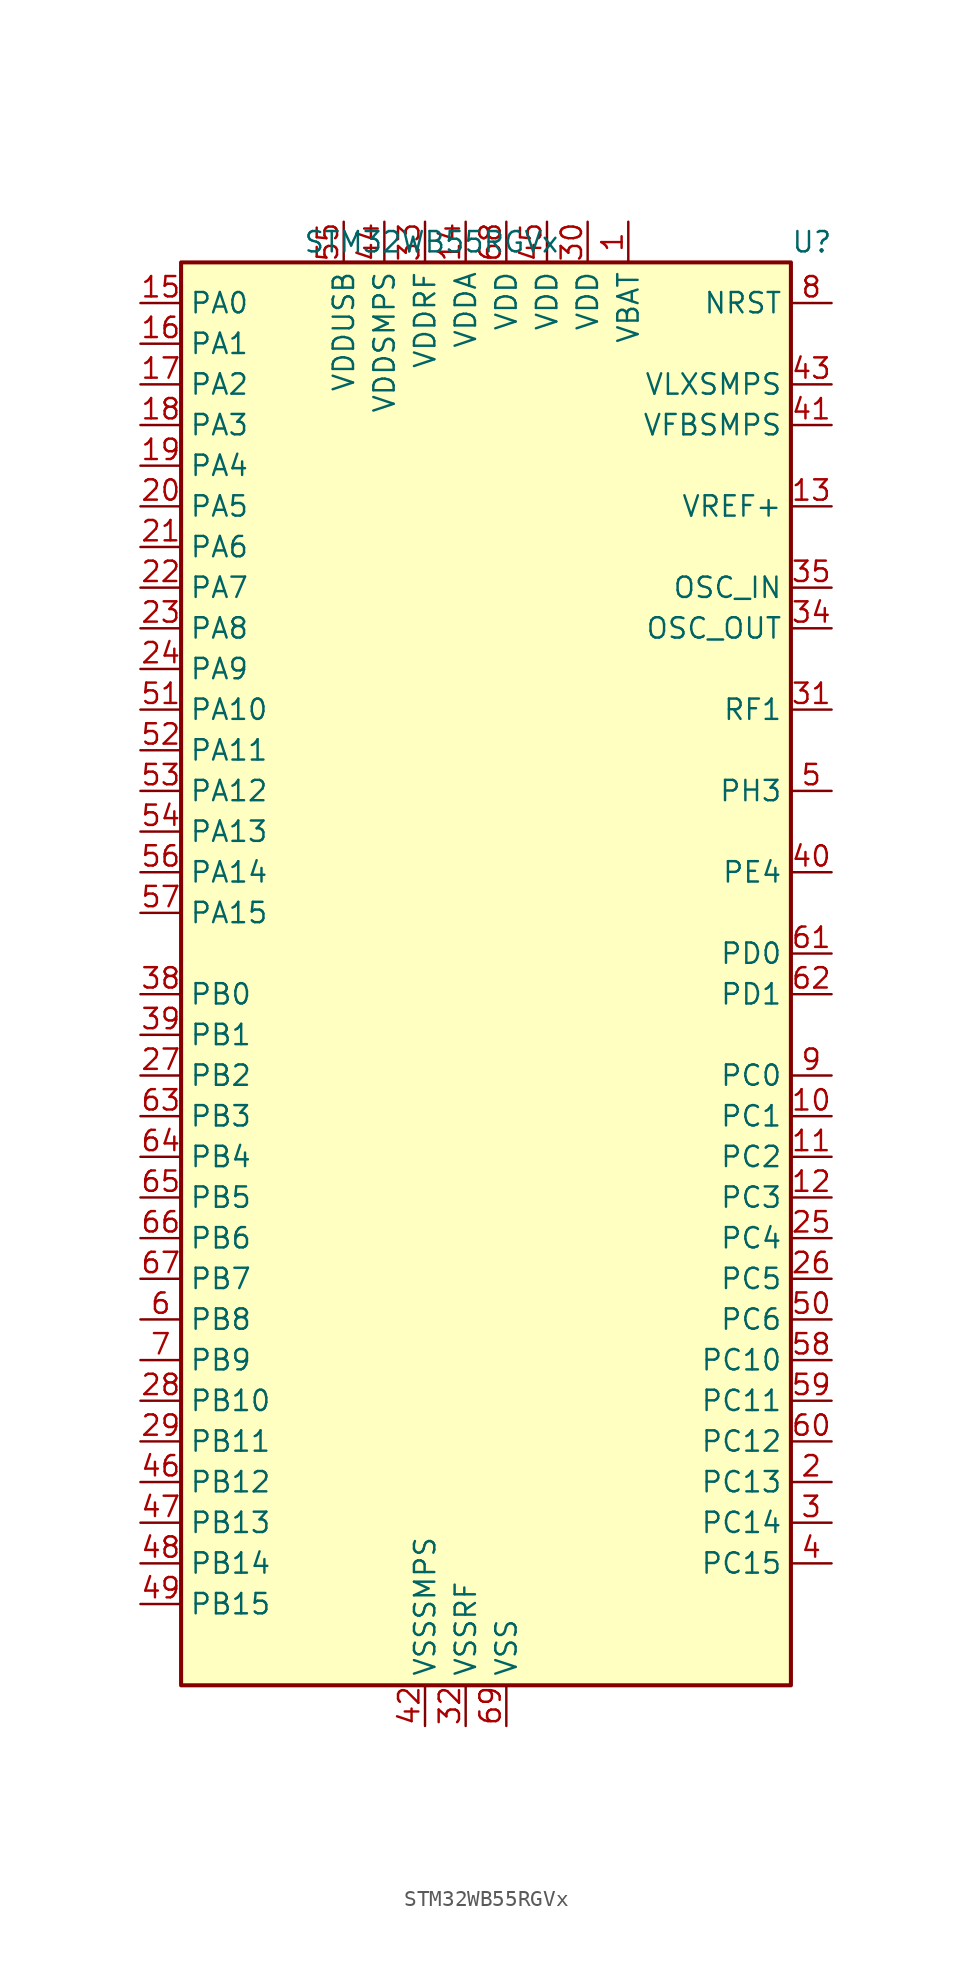
<source format=kicad_sym>
(kicad_symbol_lib
  (version 20220914)
  (generator kicad_symbol_editor)
  (symbol "STM32WB55RGVx"
    (property "Reference" "U"
      (at 19.05 45.72 0)
      (effects (font (size 1.27 1.27)) (justify left)))
    (property "Value" "STM32WB55RGVx"
      (at -11.43 45.72 0)
      (effects (font (size 1.27 1.27)) (justify left)))
    (property "ki_locked" ""
      (at 0 0 0)
      (effects (font (size 1.27 1.27))))
    (symbol "STM32WB55RGVx_0_1"
      (rectangle (start -19.05 44.45) (end 19.05 -44.45) (stroke (width 0.254) (type default)) (fill (type background))))
    (symbol "STM32WB55RGVx_1_1"
      (pin power_in line (at 8.89 46.99 270) (length 2.54) (name "VBAT" (effects (font (size 1.27 1.27)))) (number "1" (effects (font (size 1.27 1.27)))))
      (pin bidirectional line (at 21.59 -8.89 180) (length 2.54) (name "PC1" (effects (font (size 1.27 1.27)))) (number "10" (effects (font (size 1.27 1.27)))) (alternate "ADC1_IN2" bidirectional line) (alternate "I2C3_SDA" bidirectional line) (alternate "LCD_SEG19" bidirectional line) (alternate "LPTIM1_OUT" bidirectional line) (alternate "LPUART1_TX" bidirectional line) (alternate "SPI2_MOSI" bidirectional line))
      (pin bidirectional line (at 21.59 -11.43 180) (length 2.54) (name "PC2" (effects (font (size 1.27 1.27)))) (number "11" (effects (font (size 1.27 1.27)))) (alternate "ADC1_IN3" bidirectional line) (alternate "LCD_SEG20" bidirectional line) (alternate "LPTIM1_IN2" bidirectional line) (alternate "SPI2_MISO" bidirectional line))
      (pin bidirectional line (at 21.59 -13.97 180) (length 2.54) (name "PC3" (effects (font (size 1.27 1.27)))) (number "12" (effects (font (size 1.27 1.27)))) (alternate "ADC1_IN4" bidirectional line) (alternate "LCD_VLCD" bidirectional line) (alternate "LPTIM1_ETR" bidirectional line) (alternate "LPTIM2_ETR" bidirectional line) (alternate "SAI1_D1" bidirectional line) (alternate "SAI1_SD_A" bidirectional line) (alternate "SPI2_MOSI" bidirectional line))
      (pin input line (at 21.59 29.21 180) (length 2.54) (name "VREF+" (effects (font (size 1.27 1.27)))) (number "13" (effects (font (size 1.27 1.27)))) (alternate "VREFBUF_OUT" bidirectional line))
      (pin power_in line (at -1.27 46.99 270) (length 2.54) (name "VDDA" (effects (font (size 1.27 1.27)))) (number "14" (effects (font (size 1.27 1.27)))))
      (pin bidirectional line (at -21.59 41.91 0) (length 2.54) (name "PA0" (effects (font (size 1.27 1.27)))) (number "15" (effects (font (size 1.27 1.27)))) (alternate "ADC1_IN5" bidirectional line) (alternate "COMP1_INM" bidirectional line) (alternate "COMP1_OUT" bidirectional line) (alternate "RTC_TAMP2" bidirectional line) (alternate "SAI1_EXTCLK" bidirectional line) (alternate "SYS_WKUP1" bidirectional line) (alternate "TIM2_CH1" bidirectional line) (alternate "TIM2_ETR" bidirectional line))
      (pin bidirectional line (at -21.59 39.37 0) (length 2.54) (name "PA1" (effects (font (size 1.27 1.27)))) (number "16" (effects (font (size 1.27 1.27)))) (alternate "ADC1_IN6" bidirectional line) (alternate "COMP1_INP" bidirectional line) (alternate "I2C1_SMBA" bidirectional line) (alternate "LCD_SEG0" bidirectional line) (alternate "SPI1_SCK" bidirectional line) (alternate "TIM2_CH2" bidirectional line))
      (pin bidirectional line (at -21.59 36.83 0) (length 2.54) (name "PA2" (effects (font (size 1.27 1.27)))) (number "17" (effects (font (size 1.27 1.27)))) (alternate "ADC1_IN7" bidirectional line) (alternate "COMP2_INM" bidirectional line) (alternate "COMP2_OUT" bidirectional line) (alternate "LCD_SEG1" bidirectional line) (alternate "LPUART1_TX" bidirectional line) (alternate "QUADSPI_BK1_NCS" bidirectional line) (alternate "RCC_LSCO" bidirectional line) (alternate "SYS_WKUP4" bidirectional line) (alternate "TIM2_CH3" bidirectional line))
      (pin bidirectional line (at -21.59 34.29 0) (length 2.54) (name "PA3" (effects (font (size 1.27 1.27)))) (number "18" (effects (font (size 1.27 1.27)))) (alternate "ADC1_IN8" bidirectional line) (alternate "COMP2_INP" bidirectional line) (alternate "LCD_SEG2" bidirectional line) (alternate "LPUART1_RX" bidirectional line) (alternate "QUADSPI_CLK" bidirectional line) (alternate "SAI1_CK1" bidirectional line) (alternate "SAI1_MCLK_A" bidirectional line) (alternate "TIM2_CH4" bidirectional line))
      (pin bidirectional line (at -21.59 31.75 0) (length 2.54) (name "PA4" (effects (font (size 1.27 1.27)))) (number "19" (effects (font (size 1.27 1.27)))) (alternate "ADC1_IN9" bidirectional line) (alternate "COMP1_INM" bidirectional line) (alternate "COMP2_INM" bidirectional line) (alternate "LCD_SEG5" bidirectional line) (alternate "LPTIM2_OUT" bidirectional line) (alternate "SAI1_FS_B" bidirectional line) (alternate "SPI1_NSS" bidirectional line))
      (pin bidirectional line (at 21.59 -31.75 180) (length 2.54) (name "PC13" (effects (font (size 1.27 1.27)))) (number "2" (effects (font (size 1.27 1.27)))) (alternate "RTC_OUT1" bidirectional line) (alternate "RTC_TAMP1" bidirectional line) (alternate "RTC_TS" bidirectional line) (alternate "SYS_WKUP2" bidirectional line))
      (pin bidirectional line (at -21.59 29.21 0) (length 2.54) (name "PA5" (effects (font (size 1.27 1.27)))) (number "20" (effects (font (size 1.27 1.27)))) (alternate "ADC1_IN10" bidirectional line) (alternate "COMP1_INM" bidirectional line) (alternate "COMP2_INM" bidirectional line) (alternate "LPTIM2_ETR" bidirectional line) (alternate "SAI1_SD_B" bidirectional line) (alternate "SPI1_SCK" bidirectional line) (alternate "TIM2_CH1" bidirectional line) (alternate "TIM2_ETR" bidirectional line))
      (pin bidirectional line (at -21.59 26.67 0) (length 2.54) (name "PA6" (effects (font (size 1.27 1.27)))) (number "21" (effects (font (size 1.27 1.27)))) (alternate "ADC1_IN11" bidirectional line) (alternate "LCD_SEG3" bidirectional line) (alternate "LPUART1_CTS" bidirectional line) (alternate "QUADSPI_BK1_IO3" bidirectional line) (alternate "SPI1_MISO" bidirectional line) (alternate "TIM16_CH1" bidirectional line) (alternate "TIM1_BKIN" bidirectional line))
      (pin bidirectional line (at -21.59 24.13 0) (length 2.54) (name "PA7" (effects (font (size 1.27 1.27)))) (number "22" (effects (font (size 1.27 1.27)))) (alternate "ADC1_IN12" bidirectional line) (alternate "COMP2_OUT" bidirectional line) (alternate "I2C3_SCL" bidirectional line) (alternate "LCD_SEG4" bidirectional line) (alternate "QUADSPI_BK1_IO2" bidirectional line) (alternate "SPI1_MOSI" bidirectional line) (alternate "TIM17_CH1" bidirectional line) (alternate "TIM1_CH1N" bidirectional line))
      (pin bidirectional line (at -21.59 21.59 0) (length 2.54) (name "PA8" (effects (font (size 1.27 1.27)))) (number "23" (effects (font (size 1.27 1.27)))) (alternate "ADC1_IN15" bidirectional line) (alternate "LCD_COM0" bidirectional line) (alternate "LPTIM2_OUT" bidirectional line) (alternate "RCC_MCO" bidirectional line) (alternate "SAI1_CK2" bidirectional line) (alternate "SAI1_SCK_A" bidirectional line) (alternate "TIM1_CH1" bidirectional line) (alternate "USART1_CK" bidirectional line))
      (pin bidirectional line (at -21.59 19.05 0) (length 2.54) (name "PA9" (effects (font (size 1.27 1.27)))) (number "24" (effects (font (size 1.27 1.27)))) (alternate "ADC1_IN16" bidirectional line) (alternate "COMP1_INM" bidirectional line) (alternate "I2C1_SCL" bidirectional line) (alternate "LCD_COM1" bidirectional line) (alternate "SAI1_D2" bidirectional line) (alternate "SAI1_FS_A" bidirectional line) (alternate "SPI2_SCK" bidirectional line) (alternate "TIM1_CH2" bidirectional line) (alternate "USART1_TX" bidirectional line))
      (pin bidirectional line (at 21.59 -16.51 180) (length 2.54) (name "PC4" (effects (font (size 1.27 1.27)))) (number "25" (effects (font (size 1.27 1.27)))) (alternate "ADC1_IN13" bidirectional line) (alternate "COMP1_INM" bidirectional line) (alternate "LCD_SEG22" bidirectional line))
      (pin bidirectional line (at 21.59 -19.05 180) (length 2.54) (name "PC5" (effects (font (size 1.27 1.27)))) (number "26" (effects (font (size 1.27 1.27)))) (alternate "ADC1_IN14" bidirectional line) (alternate "COMP1_INP" bidirectional line) (alternate "LCD_SEG23" bidirectional line) (alternate "SAI1_D3" bidirectional line) (alternate "SYS_WKUP5" bidirectional line))
      (pin bidirectional line (at -21.59 -6.35 0) (length 2.54) (name "PB2" (effects (font (size 1.27 1.27)))) (number "27" (effects (font (size 1.27 1.27)))) (alternate "COMP1_INP" bidirectional line) (alternate "I2C3_SMBA" bidirectional line) (alternate "LCD_VLCD" bidirectional line) (alternate "LPTIM1_OUT" bidirectional line) (alternate "RTC_OUT2" bidirectional line) (alternate "SAI1_EXTCLK" bidirectional line) (alternate "SPI1_NSS" bidirectional line))
      (pin bidirectional line (at -21.59 -26.67 0) (length 2.54) (name "PB10" (effects (font (size 1.27 1.27)))) (number "28" (effects (font (size 1.27 1.27)))) (alternate "COMP1_OUT" bidirectional line) (alternate "I2C3_SCL" bidirectional line) (alternate "LCD_SEG10" bidirectional line) (alternate "LPUART1_RX" bidirectional line) (alternate "QUADSPI_CLK" bidirectional line) (alternate "SAI1_SCK_A" bidirectional line) (alternate "SPI2_SCK" bidirectional line) (alternate "TIM2_CH3" bidirectional line) (alternate "TSC_SYNC" bidirectional line))
      (pin bidirectional line (at -21.59 -29.21 0) (length 2.54) (name "PB11" (effects (font (size 1.27 1.27)))) (number "29" (effects (font (size 1.27 1.27)))) (alternate "ADC1_EXTI11" bidirectional line) (alternate "COMP2_OUT" bidirectional line) (alternate "I2C3_SDA" bidirectional line) (alternate "LCD_SEG11" bidirectional line) (alternate "LPUART1_TX" bidirectional line) (alternate "QUADSPI_BK1_NCS" bidirectional line) (alternate "TIM2_CH4" bidirectional line))
      (pin bidirectional line (at 21.59 -34.29 180) (length 2.54) (name "PC14" (effects (font (size 1.27 1.27)))) (number "3" (effects (font (size 1.27 1.27)))) (alternate "RCC_OSC32_IN" bidirectional line))
      (pin power_in line (at 6.35 46.99 270) (length 2.54) (name "VDD" (effects (font (size 1.27 1.27)))) (number "30" (effects (font (size 1.27 1.27)))))
      (pin bidirectional line (at 21.59 16.51 180) (length 2.54) (name "RF1" (effects (font (size 1.27 1.27)))) (number "31" (effects (font (size 1.27 1.27)))) (alternate "RF_RF1" bidirectional line))
      (pin power_in line (at -1.27 -46.99 90) (length 2.54) (name "VSSRF" (effects (font (size 1.27 1.27)))) (number "32" (effects (font (size 1.27 1.27)))))
      (pin power_in line (at -3.81 46.99 270) (length 2.54) (name "VDDRF" (effects (font (size 1.27 1.27)))) (number "33" (effects (font (size 1.27 1.27)))))
      (pin input line (at 21.59 21.59 180) (length 2.54) (name "OSC_OUT" (effects (font (size 1.27 1.27)))) (number "34" (effects (font (size 1.27 1.27)))) (alternate "RCC_OSC_OUT" bidirectional line))
      (pin input line (at 21.59 24.13 180) (length 2.54) (name "OSC_IN" (effects (font (size 1.27 1.27)))) (number "35" (effects (font (size 1.27 1.27)))) (alternate "RCC_OSC_IN" bidirectional line))
      (pin no_connect line (at 19.05 -44.45 180) (length 2.54) hide (name "AT0" (effects (font (size 1.27 1.27)))) (number "36" (effects (font (size 1.27 1.27)))))
      (pin no_connect line (at 19.05 -41.91 180) (length 2.54) hide (name "AT1" (effects (font (size 1.27 1.27)))) (number "37" (effects (font (size 1.27 1.27)))))
      (pin bidirectional line (at -21.59 -1.27 0) (length 2.54) (name "PB0" (effects (font (size 1.27 1.27)))) (number "38" (effects (font (size 1.27 1.27)))) (alternate "COMP1_OUT" bidirectional line) (alternate "RF_TX_MOD_EXT_PA" bidirectional line))
      (pin bidirectional line (at -21.59 -3.81 0) (length 2.54) (name "PB1" (effects (font (size 1.27 1.27)))) (number "39" (effects (font (size 1.27 1.27)))) (alternate "LPTIM2_IN1" bidirectional line) (alternate "LPUART1_DE" bidirectional line) (alternate "LPUART1_RTS" bidirectional line))
      (pin bidirectional line (at 21.59 -36.83 180) (length 2.54) (name "PC15" (effects (font (size 1.27 1.27)))) (number "4" (effects (font (size 1.27 1.27)))) (alternate "ADC1_EXTI15" bidirectional line) (alternate "RCC_OSC32_OUT" bidirectional line))
      (pin bidirectional line (at 21.59 6.35 180) (length 2.54) (name "PE4" (effects (font (size 1.27 1.27)))) (number "40" (effects (font (size 1.27 1.27)))))
      (pin input line (at 21.59 34.29 180) (length 2.54) (name "VFBSMPS" (effects (font (size 1.27 1.27)))) (number "41" (effects (font (size 1.27 1.27)))))
      (pin power_in line (at -3.81 -46.99 90) (length 2.54) (name "VSSSMPS" (effects (font (size 1.27 1.27)))) (number "42" (effects (font (size 1.27 1.27)))))
      (pin power_in line (at 21.59 36.83 180) (length 2.54) (name "VLXSMPS" (effects (font (size 1.27 1.27)))) (number "43" (effects (font (size 1.27 1.27)))))
      (pin power_in line (at -6.35 46.99 270) (length 2.54) (name "VDDSMPS" (effects (font (size 1.27 1.27)))) (number "44" (effects (font (size 1.27 1.27)))))
      (pin power_in line (at 3.81 46.99 270) (length 2.54) (name "VDD" (effects (font (size 1.27 1.27)))) (number "45" (effects (font (size 1.27 1.27)))))
      (pin bidirectional line (at -21.59 -31.75 0) (length 2.54) (name "PB12" (effects (font (size 1.27 1.27)))) (number "46" (effects (font (size 1.27 1.27)))) (alternate "I2C3_SMBA" bidirectional line) (alternate "LCD_SEG12" bidirectional line) (alternate "LPUART1_DE" bidirectional line) (alternate "LPUART1_RTS" bidirectional line) (alternate "SAI1_FS_A" bidirectional line) (alternate "SPI2_NSS" bidirectional line) (alternate "TIM1_BKIN" bidirectional line) (alternate "TSC_G1_IO1" bidirectional line))
      (pin bidirectional line (at -21.59 -34.29 0) (length 2.54) (name "PB13" (effects (font (size 1.27 1.27)))) (number "47" (effects (font (size 1.27 1.27)))) (alternate "I2C3_SCL" bidirectional line) (alternate "LCD_SEG13" bidirectional line) (alternate "LPUART1_CTS" bidirectional line) (alternate "SAI1_SCK_A" bidirectional line) (alternate "SPI2_SCK" bidirectional line) (alternate "TIM1_CH1N" bidirectional line) (alternate "TSC_G1_IO2" bidirectional line))
      (pin bidirectional line (at -21.59 -36.83 0) (length 2.54) (name "PB14" (effects (font (size 1.27 1.27)))) (number "48" (effects (font (size 1.27 1.27)))) (alternate "I2C3_SDA" bidirectional line) (alternate "LCD_SEG14" bidirectional line) (alternate "SAI1_MCLK_A" bidirectional line) (alternate "SPI2_MISO" bidirectional line) (alternate "TIM1_CH2N" bidirectional line) (alternate "TSC_G1_IO3" bidirectional line))
      (pin bidirectional line (at -21.59 -39.37 0) (length 2.54) (name "PB15" (effects (font (size 1.27 1.27)))) (number "49" (effects (font (size 1.27 1.27)))) (alternate "ADC1_EXTI15" bidirectional line) (alternate "LCD_SEG15" bidirectional line) (alternate "RTC_REFIN" bidirectional line) (alternate "SAI1_SD_A" bidirectional line) (alternate "SPI2_MOSI" bidirectional line) (alternate "TIM1_CH3N" bidirectional line) (alternate "TSC_G1_IO4" bidirectional line))
      (pin bidirectional line (at 21.59 11.43 180) (length 2.54) (name "PH3" (effects (font (size 1.27 1.27)))) (number "5" (effects (font (size 1.27 1.27)))) (alternate "RCC_LSCO" bidirectional line))
      (pin bidirectional line (at 21.59 -21.59 180) (length 2.54) (name "PC6" (effects (font (size 1.27 1.27)))) (number "50" (effects (font (size 1.27 1.27)))) (alternate "LCD_SEG24" bidirectional line))
      (pin bidirectional line (at -21.59 16.51 0) (length 2.54) (name "PA10" (effects (font (size 1.27 1.27)))) (number "51" (effects (font (size 1.27 1.27)))) (alternate "CRS_SYNC" bidirectional line) (alternate "I2C1_SDA" bidirectional line) (alternate "LCD_COM2" bidirectional line) (alternate "SAI1_D1" bidirectional line) (alternate "SAI1_SD_A" bidirectional line) (alternate "TIM17_BKIN" bidirectional line) (alternate "TIM1_CH3" bidirectional line) (alternate "USART1_RX" bidirectional line))
      (pin bidirectional line (at -21.59 13.97 0) (length 2.54) (name "PA11" (effects (font (size 1.27 1.27)))) (number "52" (effects (font (size 1.27 1.27)))) (alternate "ADC1_EXTI11" bidirectional line) (alternate "SPI1_MISO" bidirectional line) (alternate "TIM1_BKIN2" bidirectional line) (alternate "TIM1_CH4" bidirectional line) (alternate "USART1_CTS" bidirectional line) (alternate "USART1_NSS" bidirectional line) (alternate "USB_DM" bidirectional line))
      (pin bidirectional line (at -21.59 11.43 0) (length 2.54) (name "PA12" (effects (font (size 1.27 1.27)))) (number "53" (effects (font (size 1.27 1.27)))) (alternate "LPUART1_RX" bidirectional line) (alternate "SPI1_MOSI" bidirectional line) (alternate "TIM1_ETR" bidirectional line) (alternate "USART1_DE" bidirectional line) (alternate "USART1_RTS" bidirectional line) (alternate "USB_DP" bidirectional line))
      (pin bidirectional line (at -21.59 8.89 0) (length 2.54) (name "PA13" (effects (font (size 1.27 1.27)))) (number "54" (effects (font (size 1.27 1.27)))) (alternate "IR_OUT" bidirectional line) (alternate "SAI1_SD_B" bidirectional line) (alternate "SYS_JTMS-SWDIO" bidirectional line) (alternate "USB_NOE" bidirectional line))
      (pin power_in line (at -8.89 46.99 270) (length 2.54) (name "VDDUSB" (effects (font (size 1.27 1.27)))) (number "55" (effects (font (size 1.27 1.27)))))
      (pin bidirectional line (at -21.59 6.35 0) (length 2.54) (name "PA14" (effects (font (size 1.27 1.27)))) (number "56" (effects (font (size 1.27 1.27)))) (alternate "I2C1_SMBA" bidirectional line) (alternate "LCD_SEG5" bidirectional line) (alternate "LPTIM1_OUT" bidirectional line) (alternate "SAI1_FS_B" bidirectional line) (alternate "SYS_JTCK-SWCLK" bidirectional line))
      (pin bidirectional line (at -21.59 3.81 0) (length 2.54) (name "PA15" (effects (font (size 1.27 1.27)))) (number "57" (effects (font (size 1.27 1.27)))) (alternate "ADC1_EXTI15" bidirectional line) (alternate "LCD_SEG17" bidirectional line) (alternate "RCC_MCO" bidirectional line) (alternate "SPI1_NSS" bidirectional line) (alternate "SYS_JTDI" bidirectional line) (alternate "TIM2_CH1" bidirectional line) (alternate "TIM2_ETR" bidirectional line) (alternate "TSC_G3_IO1" bidirectional line))
      (pin bidirectional line (at 21.59 -24.13 180) (length 2.54) (name "PC10" (effects (font (size 1.27 1.27)))) (number "58" (effects (font (size 1.27 1.27)))) (alternate "LCD_COM4" bidirectional line) (alternate "LCD_SEG28" bidirectional line) (alternate "LCD_SEG40" bidirectional line) (alternate "SYS_TRACED1" bidirectional line) (alternate "TSC_G3_IO2" bidirectional line))
      (pin bidirectional line (at 21.59 -26.67 180) (length 2.54) (name "PC11" (effects (font (size 1.27 1.27)))) (number "59" (effects (font (size 1.27 1.27)))) (alternate "ADC1_EXTI11" bidirectional line) (alternate "LCD_COM5" bidirectional line) (alternate "LCD_SEG29" bidirectional line) (alternate "LCD_SEG41" bidirectional line) (alternate "TSC_G3_IO3" bidirectional line))
      (pin bidirectional line (at -21.59 -21.59 0) (length 2.54) (name "PB8" (effects (font (size 1.27 1.27)))) (number "6" (effects (font (size 1.27 1.27)))) (alternate "I2C1_SCL" bidirectional line) (alternate "LCD_SEG16" bidirectional line) (alternate "QUADSPI_BK1_IO1" bidirectional line) (alternate "SAI1_CK1" bidirectional line) (alternate "SAI1_MCLK_A" bidirectional line) (alternate "TIM16_CH1" bidirectional line) (alternate "TIM1_CH2N" bidirectional line))
      (pin bidirectional line (at 21.59 -29.21 180) (length 2.54) (name "PC12" (effects (font (size 1.27 1.27)))) (number "60" (effects (font (size 1.27 1.27)))) (alternate "LCD_COM6" bidirectional line) (alternate "LCD_SEG30" bidirectional line) (alternate "LCD_SEG42" bidirectional line) (alternate "RCC_LSCO" bidirectional line) (alternate "RTC_TAMP3" bidirectional line) (alternate "SYS_TRACED3" bidirectional line) (alternate "SYS_WKUP3" bidirectional line) (alternate "TSC_G3_IO4" bidirectional line))
      (pin bidirectional line (at 21.59 1.27 180) (length 2.54) (name "PD0" (effects (font (size 1.27 1.27)))) (number "61" (effects (font (size 1.27 1.27)))) (alternate "SPI2_NSS" bidirectional line))
      (pin bidirectional line (at 21.59 -1.27 180) (length 2.54) (name "PD1" (effects (font (size 1.27 1.27)))) (number "62" (effects (font (size 1.27 1.27)))) (alternate "SPI2_SCK" bidirectional line))
      (pin bidirectional line (at -21.59 -8.89 0) (length 2.54) (name "PB3" (effects (font (size 1.27 1.27)))) (number "63" (effects (font (size 1.27 1.27)))) (alternate "COMP2_INM" bidirectional line) (alternate "LCD_SEG7" bidirectional line) (alternate "SAI1_SCK_B" bidirectional line) (alternate "SPI1_SCK" bidirectional line) (alternate "SYS_JTDO-SWO" bidirectional line) (alternate "TIM2_CH2" bidirectional line) (alternate "USART1_DE" bidirectional line) (alternate "USART1_RTS" bidirectional line))
      (pin bidirectional line (at -21.59 -11.43 0) (length 2.54) (name "PB4" (effects (font (size 1.27 1.27)))) (number "64" (effects (font (size 1.27 1.27)))) (alternate "COMP2_INP" bidirectional line) (alternate "I2C3_SDA" bidirectional line) (alternate "LCD_SEG8" bidirectional line) (alternate "SAI1_MCLK_B" bidirectional line) (alternate "SPI1_MISO" bidirectional line) (alternate "SYS_JTRST" bidirectional line) (alternate "TIM17_BKIN" bidirectional line) (alternate "TSC_G2_IO1" bidirectional line) (alternate "USART1_CTS" bidirectional line) (alternate "USART1_NSS" bidirectional line))
      (pin bidirectional line (at -21.59 -13.97 0) (length 2.54) (name "PB5" (effects (font (size 1.27 1.27)))) (number "65" (effects (font (size 1.27 1.27)))) (alternate "COMP2_OUT" bidirectional line) (alternate "I2C1_SMBA" bidirectional line) (alternate "LCD_SEG9" bidirectional line) (alternate "LPTIM1_IN1" bidirectional line) (alternate "LPUART1_TX" bidirectional line) (alternate "SAI1_SD_B" bidirectional line) (alternate "SPI1_MOSI" bidirectional line) (alternate "TIM16_BKIN" bidirectional line) (alternate "TSC_G2_IO2" bidirectional line) (alternate "USART1_CK" bidirectional line))
      (pin bidirectional line (at -21.59 -16.51 0) (length 2.54) (name "PB6" (effects (font (size 1.27 1.27)))) (number "66" (effects (font (size 1.27 1.27)))) (alternate "COMP2_INP" bidirectional line) (alternate "I2C1_SCL" bidirectional line) (alternate "LCD_SEG6" bidirectional line) (alternate "LPTIM1_ETR" bidirectional line) (alternate "RCC_MCO" bidirectional line) (alternate "SAI1_FS_B" bidirectional line) (alternate "TIM16_CH1N" bidirectional line) (alternate "TSC_G2_IO3" bidirectional line) (alternate "USART1_TX" bidirectional line))
      (pin bidirectional line (at -21.59 -19.05 0) (length 2.54) (name "PB7" (effects (font (size 1.27 1.27)))) (number "67" (effects (font (size 1.27 1.27)))) (alternate "COMP2_INM" bidirectional line) (alternate "I2C1_SDA" bidirectional line) (alternate "LCD_SEG21" bidirectional line) (alternate "LPTIM1_IN2" bidirectional line) (alternate "SYS_PVD_IN" bidirectional line) (alternate "TIM17_CH1N" bidirectional line) (alternate "TIM1_BKIN" bidirectional line) (alternate "TSC_G2_IO4" bidirectional line) (alternate "USART1_RX" bidirectional line))
      (pin power_in line (at 1.27 46.99 270) (length 2.54) (name "VDD" (effects (font (size 1.27 1.27)))) (number "68" (effects (font (size 1.27 1.27)))))
      (pin power_in line (at 1.27 -46.99 90) (length 2.54) (name "VSS" (effects (font (size 1.27 1.27)))) (number "69" (effects (font (size 1.27 1.27)))))
      (pin bidirectional line (at -21.59 -24.13 0) (length 2.54) (name "PB9" (effects (font (size 1.27 1.27)))) (number "7" (effects (font (size 1.27 1.27)))) (alternate "I2C1_SDA" bidirectional line) (alternate "IR_OUT" bidirectional line) (alternate "LCD_COM3" bidirectional line) (alternate "QUADSPI_BK1_IO0" bidirectional line) (alternate "SAI1_D2" bidirectional line) (alternate "SAI1_FS_A" bidirectional line) (alternate "SPI2_NSS" bidirectional line) (alternate "TIM17_CH1" bidirectional line) (alternate "TIM1_CH3N" bidirectional line))
      (pin input line (at 21.59 41.91 180) (length 2.54) (name "NRST" (effects (font (size 1.27 1.27)))) (number "8" (effects (font (size 1.27 1.27)))))
      (pin bidirectional line (at 21.59 -6.35 180) (length 2.54) (name "PC0" (effects (font (size 1.27 1.27)))) (number "9" (effects (font (size 1.27 1.27)))) (alternate "ADC1_IN1" bidirectional line) (alternate "I2C3_SCL" bidirectional line) (alternate "LCD_SEG18" bidirectional line) (alternate "LPTIM1_IN1" bidirectional line) (alternate "LPTIM2_IN1" bidirectional line) (alternate "LPUART1_RX" bidirectional line)))))
</source>
